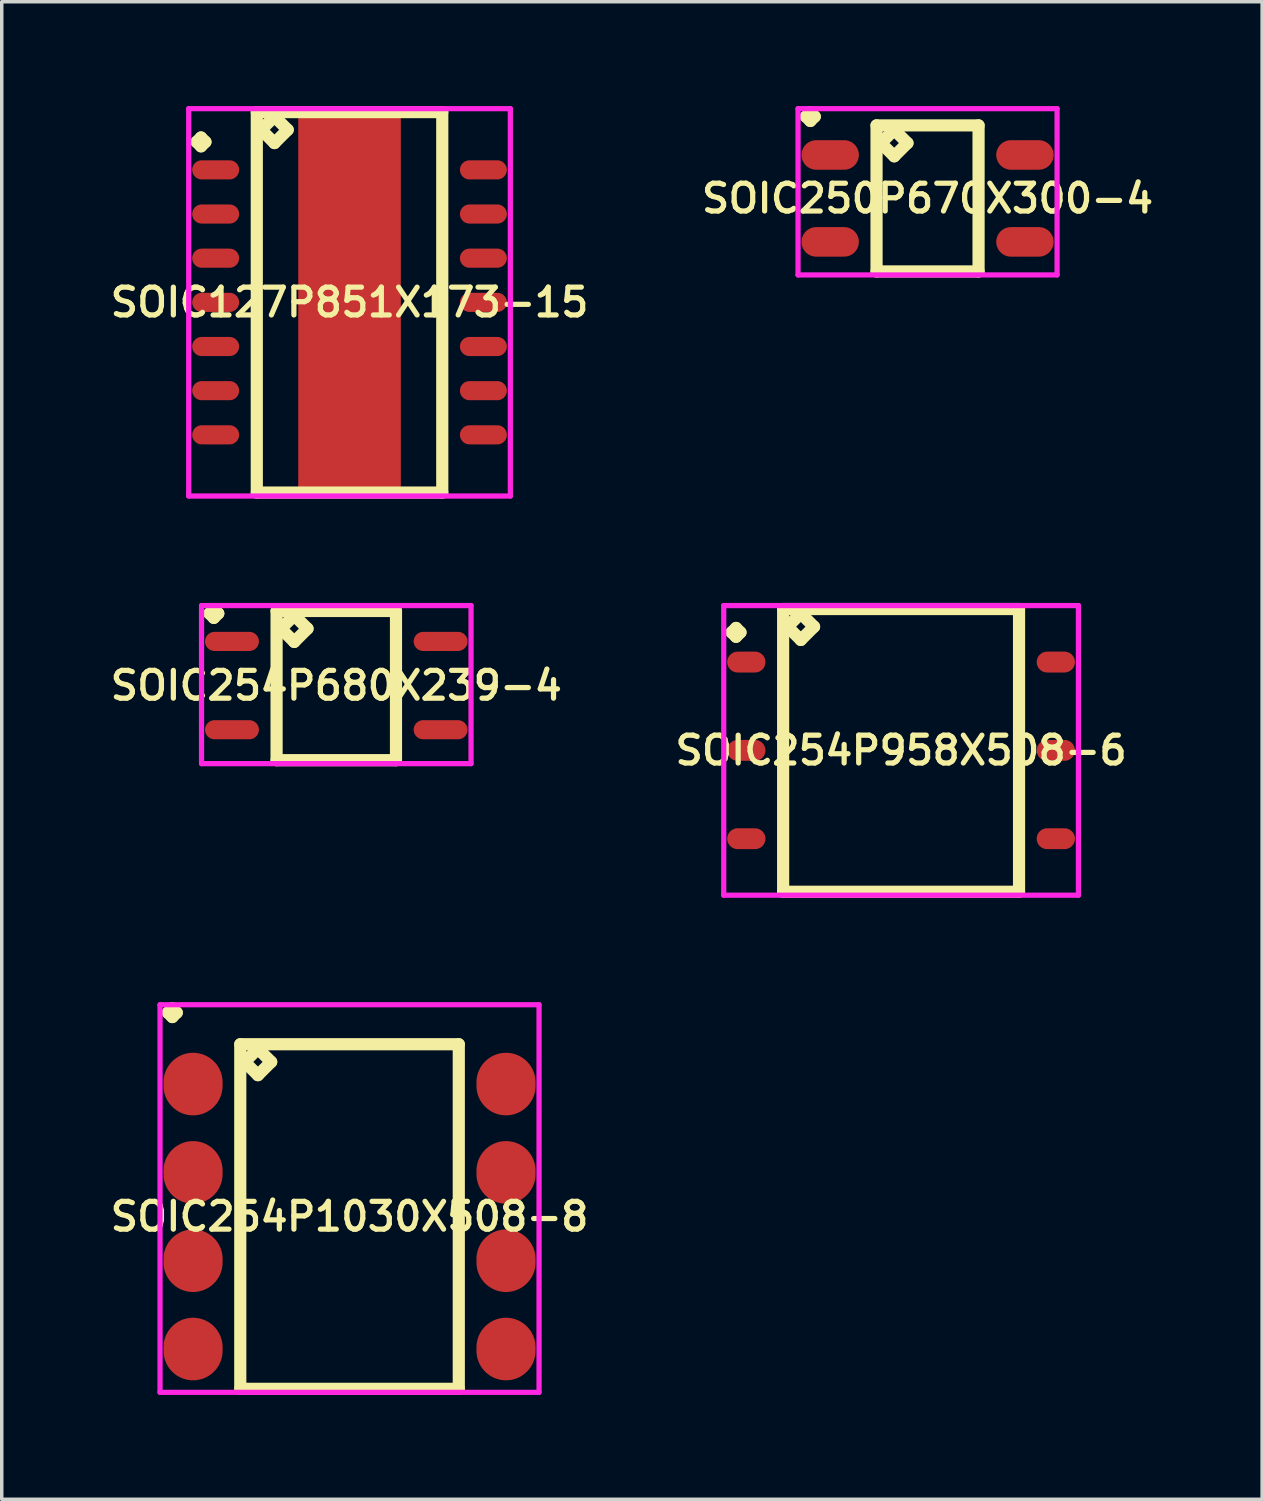
<source format=kicad_pcb>
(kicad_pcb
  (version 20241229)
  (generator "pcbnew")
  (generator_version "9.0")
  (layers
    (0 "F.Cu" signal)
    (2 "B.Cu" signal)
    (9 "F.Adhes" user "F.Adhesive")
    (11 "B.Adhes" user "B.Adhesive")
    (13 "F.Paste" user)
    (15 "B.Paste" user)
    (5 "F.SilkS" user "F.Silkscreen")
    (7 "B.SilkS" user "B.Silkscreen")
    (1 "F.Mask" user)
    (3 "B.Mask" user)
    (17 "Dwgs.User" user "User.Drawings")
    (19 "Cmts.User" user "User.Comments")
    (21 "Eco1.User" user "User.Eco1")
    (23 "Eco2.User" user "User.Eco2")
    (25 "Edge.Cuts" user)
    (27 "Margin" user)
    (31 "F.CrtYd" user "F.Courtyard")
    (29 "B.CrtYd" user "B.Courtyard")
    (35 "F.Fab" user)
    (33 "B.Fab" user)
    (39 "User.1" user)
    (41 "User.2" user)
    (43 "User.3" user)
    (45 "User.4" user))
  (footprint "SOIC254P680X239-4"
    (layer "F.Cu")
    (at 6.621 16.666)
    (property "Reference" "SOIC254P680X239-4" (at 0 0 0) (layer "F.SilkS") (effects (font (size 0.8 0.8) (thickness 0.15))))
    (attr smd)
    (fp_line (start -3.648 -2.074) (end -3.521 -2.201) (stroke (width 0.35) (type solid)) (layer "F.SilkS"))
    (fp_line (start -3.521 -2.201) (end -3.394 -2.074) (stroke (width 0.35) (type solid)) (layer "F.SilkS"))
    (fp_line (start -3.521 -1.947) (end -3.648 -2.074) (stroke (width 0.35) (type solid)) (layer "F.SilkS"))
    (fp_line (start -3.394 -2.074) (end -3.521 -1.947) (stroke (width 0.35) (type solid)) (layer "F.SilkS"))
    (fp_line (start -1.717 -2.145) (end -1.717 2.145) (stroke (width 0.35) (type solid)) (layer "F.SilkS"))
    (fp_line (start -1.717 2.145) (end 1.717 2.145) (stroke (width 0.35) (type solid)) (layer "F.SilkS"))
    (fp_line (start -1.59 -1.637) (end -1.209 -2.018) (stroke (width 0.35) (type solid)) (layer "F.SilkS"))
    (fp_line (start -1.209 -2.018) (end -0.828 -1.637) (stroke (width 0.35) (type solid)) (layer "F.SilkS"))
    (fp_line (start -1.209 -1.256) (end -1.59 -1.637) (stroke (width 0.35) (type solid)) (layer "F.SilkS"))
    (fp_line (start -0.828 -1.637) (end -1.209 -1.256) (stroke (width 0.35) (type solid)) (layer "F.SilkS"))
    (fp_line (start 1.717 -2.145) (end -1.717 -2.145) (stroke (width 0.35) (type solid)) (layer "F.SilkS"))
    (fp_line (start 1.717 2.145) (end 1.717 -2.145) (stroke (width 0.35) (type solid)) (layer "F.SilkS"))
    (fp_line (start -3.875 -2.301) (end 3.875 -2.301) (stroke (width 0.15) (type solid)) (layer "F.CrtYd"))
    (fp_line (start -3.875 2.245) (end -3.875 -2.301) (stroke (width 0.15) (type solid)) (layer "F.CrtYd"))
    (fp_line (start 3.875 -2.301) (end 3.875 2.245) (stroke (width 0.15) (type solid)) (layer "F.CrtYd"))
    (fp_line (start 3.875 2.245) (end -3.875 2.245) (stroke (width 0.15) (type solid)) (layer "F.CrtYd"))
    (pad "1" smd oval (at -3 -1.27) (size 1.55 0.55) (layers "F.Cu" "F.Mask" "F.Paste"))
    (pad "2" smd oval (at -3 1.27) (size 1.55 0.55) (layers "F.Cu" "F.Mask" "F.Paste"))
    (pad "3" smd oval (at 3 1.27) (size 1.55 0.55) (layers "F.Cu" "F.Mask" "F.Paste"))
    (pad "4" smd oval (at 3 -1.27) (size 1.55 0.55) (layers "F.Cu" "F.Mask" "F.Paste")))
  (footprint "SOIC254P1030X508-8"
    (layer "F.Cu")
    (at 7.002 31.936)
    (property "Reference" "SOIC254P1030X508-8" (at 0 0 0) (layer "F.SilkS") (effects (font (size 0.8 0.8) (thickness 0.15))))
    (attr smd)
    (fp_line (start -5.223 -5.864) (end -5.096 -5.991) (stroke (width 0.35) (type solid)) (layer "F.SilkS"))
    (fp_line (start -5.096 -5.991) (end -4.969 -5.864) (stroke (width 0.35) (type solid)) (layer "F.SilkS"))
    (fp_line (start -5.096 -5.737) (end -5.223 -5.864) (stroke (width 0.35) (type solid)) (layer "F.SilkS"))
    (fp_line (start -4.969 -5.864) (end -5.096 -5.737) (stroke (width 0.35) (type solid)) (layer "F.SilkS"))
    (fp_line (start -3.142 -4.955) (end -3.142 4.955) (stroke (width 0.35) (type solid)) (layer "F.SilkS"))
    (fp_line (start -3.142 4.955) (end 3.142 4.955) (stroke (width 0.35) (type solid)) (layer "F.SilkS"))
    (fp_line (start -3.015 -4.447) (end -2.634 -4.828) (stroke (width 0.35) (type solid)) (layer "F.SilkS"))
    (fp_line (start -2.634 -4.828) (end -2.253 -4.447) (stroke (width 0.35) (type solid)) (layer "F.SilkS"))
    (fp_line (start -2.634 -4.066) (end -3.015 -4.447) (stroke (width 0.35) (type solid)) (layer "F.SilkS"))
    (fp_line (start -2.253 -4.447) (end -2.634 -4.066) (stroke (width 0.35) (type solid)) (layer "F.SilkS"))
    (fp_line (start 3.142 -4.955) (end -3.142 -4.955) (stroke (width 0.35) (type solid)) (layer "F.SilkS"))
    (fp_line (start 3.142 4.955) (end 3.142 -4.955) (stroke (width 0.35) (type solid)) (layer "F.SilkS"))
    (fp_line (start -5.45 -6.091) (end 5.45 -6.091) (stroke (width 0.15) (type solid)) (layer "F.CrtYd"))
    (fp_line (start -5.45 5.055) (end -5.45 -6.091) (stroke (width 0.15) (type solid)) (layer "F.CrtYd"))
    (fp_line (start 5.45 -6.091) (end 5.45 5.055) (stroke (width 0.15) (type solid)) (layer "F.CrtYd"))
    (fp_line (start 5.45 5.055) (end -5.45 5.055) (stroke (width 0.15) (type solid)) (layer "F.CrtYd"))
    (pad "1" smd oval (at -4.5 -3.81) (size 1.7 1.8) (layers "F.Cu" "F.Mask" "F.Paste"))
    (pad "2" smd oval (at -4.5 -1.27) (size 1.7 1.8) (layers "F.Cu" "F.Mask" "F.Paste"))
    (pad "3" smd oval (at -4.5 1.27) (size 1.7 1.8) (layers "F.Cu" "F.Mask" "F.Paste"))
    (pad "4" smd oval (at -4.5 3.81) (size 1.7 1.8) (layers "F.Cu" "F.Mask" "F.Paste"))
    (pad "5" smd oval (at 4.5 3.81) (size 1.7 1.8) (layers "F.Cu" "F.Mask" "F.Paste"))
    (pad "6" smd oval (at 4.5 1.27) (size 1.7 1.8) (layers "F.Cu" "F.Mask" "F.Paste"))
    (pad "7" smd oval (at 4.5 -1.27) (size 1.7 1.8) (layers "F.Cu" "F.Mask" "F.Paste"))
    (pad "8" smd oval (at 4.5 -3.81) (size 1.7 1.8) (layers "F.Cu" "F.Mask" "F.Paste")))
  (footprint "SOIC254P958X508-6"
    (layer "F.Cu")
    (at 22.864 18.53)
    (property "Reference" "SOIC254P958X508-6" (at 0 0 0) (layer "F.SilkS") (effects (font (size 0.8 0.8) (thickness 0.15))))
    (attr smd)
    (fp_line (start -4.873 -3.394) (end -4.746 -3.521) (stroke (width 0.35) (type solid)) (layer "F.SilkS"))
    (fp_line (start -4.746 -3.521) (end -4.619 -3.394) (stroke (width 0.35) (type solid)) (layer "F.SilkS"))
    (fp_line (start -4.746 -3.267) (end -4.873 -3.394) (stroke (width 0.35) (type solid)) (layer "F.SilkS"))
    (fp_line (start -4.619 -3.394) (end -4.746 -3.267) (stroke (width 0.35) (type solid)) (layer "F.SilkS"))
    (fp_line (start -3.392 -4.065) (end -3.392 4.065) (stroke (width 0.35) (type solid)) (layer "F.SilkS"))
    (fp_line (start -3.392 4.065) (end 3.392 4.065) (stroke (width 0.35) (type solid)) (layer "F.SilkS"))
    (fp_line (start -3.265 -3.557) (end -2.884 -3.938) (stroke (width 0.35) (type solid)) (layer "F.SilkS"))
    (fp_line (start -2.884 -3.938) (end -2.503 -3.557) (stroke (width 0.35) (type solid)) (layer "F.SilkS"))
    (fp_line (start -2.884 -3.176) (end -3.265 -3.557) (stroke (width 0.35) (type solid)) (layer "F.SilkS"))
    (fp_line (start -2.503 -3.557) (end -2.884 -3.176) (stroke (width 0.35) (type solid)) (layer "F.SilkS"))
    (fp_line (start 3.392 -4.065) (end -3.392 -4.065) (stroke (width 0.35) (type solid)) (layer "F.SilkS"))
    (fp_line (start 3.392 4.065) (end 3.392 -4.065) (stroke (width 0.35) (type solid)) (layer "F.SilkS"))
    (fp_line (start -5.1 -4.165) (end 5.1 -4.165) (stroke (width 0.15) (type solid)) (layer "F.CrtYd"))
    (fp_line (start -5.1 4.165) (end -5.1 -4.165) (stroke (width 0.15) (type solid)) (layer "F.CrtYd"))
    (fp_line (start 5.1 -4.165) (end 5.1 4.165) (stroke (width 0.15) (type solid)) (layer "F.CrtYd"))
    (fp_line (start 5.1 4.165) (end -5.1 4.165) (stroke (width 0.15) (type solid)) (layer "F.CrtYd"))
    (pad "1" smd oval (at -4.45 -2.54) (size 1.1 0.6) (layers "F.Cu" "F.Mask" "F.Paste"))
    (pad "2" smd oval (at -4.45 0) (size 1.1 0.6) (layers "F.Cu" "F.Mask" "F.Paste"))
    (pad "3" smd oval (at -4.45 2.54) (size 1.1 0.6) (layers "F.Cu" "F.Mask" "F.Paste"))
    (pad "4" smd oval (at 4.45 2.54) (size 1.1 0.6) (layers "F.Cu" "F.Mask" "F.Paste"))
    (pad "5" smd oval (at 4.45 0) (size 1.1 0.6) (layers "F.Cu" "F.Mask" "F.Paste"))
    (pad "6" smd oval (at 4.45 -2.54) (size 1.1 0.6) (layers "F.Cu" "F.Mask" "F.Paste")))
  (footprint "SOIC250P670X300-4"
    (layer "F.Cu")
    (at 23.625 2.656)
    (property "Reference" "SOIC250P670X300-4" (at 0 0 0) (layer "F.SilkS") (effects (font (size 0.8 0.8) (thickness 0.15))))
    (attr through_hole)
    (fp_line (start -3.498 -2.354) (end -3.371 -2.481) (stroke (width 0.35) (type solid)) (layer "F.SilkS"))
    (fp_line (start -3.371 -2.481) (end -3.244 -2.354) (stroke (width 0.35) (type solid)) (layer "F.SilkS"))
    (fp_line (start -3.371 -2.227) (end -3.498 -2.354) (stroke (width 0.35) (type solid)) (layer "F.SilkS"))
    (fp_line (start -3.244 -2.354) (end -3.371 -2.227) (stroke (width 0.35) (type solid)) (layer "F.SilkS"))
    (fp_line (start -1.467 -2.1) (end -1.467 2.1) (stroke (width 0.35) (type solid)) (layer "F.SilkS"))
    (fp_line (start -1.467 2.1) (end 1.467 2.1) (stroke (width 0.35) (type solid)) (layer "F.SilkS"))
    (fp_line (start -1.34 -1.592) (end -0.959 -1.973) (stroke (width 0.35) (type solid)) (layer "F.SilkS"))
    (fp_line (start -0.959 -1.973) (end -0.578 -1.592) (stroke (width 0.35) (type solid)) (layer "F.SilkS"))
    (fp_line (start -0.959 -1.211) (end -1.34 -1.592) (stroke (width 0.35) (type solid)) (layer "F.SilkS"))
    (fp_line (start -0.578 -1.592) (end -0.959 -1.211) (stroke (width 0.35) (type solid)) (layer "F.SilkS"))
    (fp_line (start 1.467 -2.1) (end -1.467 -2.1) (stroke (width 0.35) (type solid)) (layer "F.SilkS"))
    (fp_line (start 1.467 2.1) (end 1.467 -2.1) (stroke (width 0.35) (type solid)) (layer "F.SilkS"))
    (fp_line (start -3.725 -2.581) (end 3.725 -2.581) (stroke (width 0.15) (type solid)) (layer "F.CrtYd"))
    (fp_line (start -3.725 2.2) (end -3.725 -2.581) (stroke (width 0.15) (type solid)) (layer "F.CrtYd"))
    (fp_line (start 3.725 -2.581) (end 3.725 2.2) (stroke (width 0.15) (type solid)) (layer "F.CrtYd"))
    (fp_line (start 3.725 2.2) (end -3.725 2.2) (stroke (width 0.15) (type solid)) (layer "F.CrtYd"))
    (pad "1" smd oval (at -2.8 -1.25) (size 1.65 0.85) (layers "F.Cu" "F.Mask" "F.Paste"))
    (pad "2" smd oval (at -2.8 1.25) (size 1.65 0.85) (layers "F.Cu" "F.Mask" "F.Paste"))
    (pad "3" smd oval (at 2.8 1.25) (size 1.65 0.85) (layers "F.Cu" "F.Mask" "F.Paste"))
    (pad "4" smd oval (at 2.8 -1.25) (size 1.65 0.85) (layers "F.Cu" "F.Mask" "F.Paste")))
  (footprint "SOIC127P851X173-15"
    (layer "F.Cu")
    (at 7.002 5.645)
    (property "Reference" "SOIC127P851X173-15" (at 0 0 0) (layer "F.SilkS") (effects (font (size 0.8 0.8) (thickness 0.15))))
    (attr smd)
    (fp_line (start -4.398 -4.614) (end -4.271 -4.741) (stroke (width 0.35) (type solid)) (layer "F.SilkS"))
    (fp_line (start -4.271 -4.741) (end -4.144 -4.614) (stroke (width 0.35) (type solid)) (layer "F.SilkS"))
    (fp_line (start -4.271 -4.487) (end -4.398 -4.614) (stroke (width 0.35) (type solid)) (layer "F.SilkS"))
    (fp_line (start -4.144 -4.614) (end -4.271 -4.487) (stroke (width 0.35) (type solid)) (layer "F.SilkS"))
    (fp_line (start -2.667 -5.47) (end -2.667 5.47) (stroke (width 0.35) (type solid)) (layer "F.SilkS"))
    (fp_line (start -2.667 5.47) (end 2.667 5.47) (stroke (width 0.35) (type solid)) (layer "F.SilkS"))
    (fp_line (start -2.54 -4.962) (end -2.159 -5.343) (stroke (width 0.35) (type solid)) (layer "F.SilkS"))
    (fp_line (start -2.159 -5.343) (end -1.778 -4.962) (stroke (width 0.35) (type solid)) (layer "F.SilkS"))
    (fp_line (start -2.159 -4.581) (end -2.54 -4.962) (stroke (width 0.35) (type solid)) (layer "F.SilkS"))
    (fp_line (start -1.778 -4.962) (end -2.159 -4.581) (stroke (width 0.35) (type solid)) (layer "F.SilkS"))
    (fp_line (start 2.667 -5.47) (end -2.667 -5.47) (stroke (width 0.35) (type solid)) (layer "F.SilkS"))
    (fp_line (start 2.667 5.47) (end 2.667 -5.47) (stroke (width 0.35) (type solid)) (layer "F.SilkS"))
    (fp_line (start -4.625 -5.57) (end 4.625 -5.57) (stroke (width 0.15) (type solid)) (layer "F.CrtYd"))
    (fp_line (start -4.625 5.57) (end -4.625 -5.57) (stroke (width 0.15) (type solid)) (layer "F.CrtYd"))
    (fp_line (start 4.625 -5.57) (end 4.625 5.57) (stroke (width 0.15) (type solid)) (layer "F.CrtYd"))
    (fp_line (start 4.625 5.57) (end -4.625 5.57) (stroke (width 0.15) (type solid)) (layer "F.CrtYd"))
    (pad "1" smd oval (at -3.85 -3.81) (size 1.35 0.55) (layers "F.Cu" "F.Mask" "F.Paste"))
    (pad "2" smd oval (at -3.85 -2.54) (size 1.35 0.55) (layers "F.Cu" "F.Mask" "F.Paste"))
    (pad "3" smd oval (at -3.85 -1.27) (size 1.35 0.55) (layers "F.Cu" "F.Mask" "F.Paste"))
    (pad "4" smd oval (at -3.85 0) (size 1.35 0.55) (layers "F.Cu" "F.Mask" "F.Paste"))
    (pad "5" smd oval (at -3.85 1.27) (size 1.35 0.55) (layers "F.Cu" "F.Mask" "F.Paste"))
    (pad "6" smd oval (at -3.85 2.54) (size 1.35 0.55) (layers "F.Cu" "F.Mask" "F.Paste"))
    (pad "7" smd oval (at -3.85 3.81) (size 1.35 0.55) (layers "F.Cu" "F.Mask" "F.Paste"))
    (pad "8" smd oval (at 3.85 3.81) (size 1.35 0.55) (layers "F.Cu" "F.Mask" "F.Paste"))
    (pad "9" smd oval (at 3.85 2.54) (size 1.35 0.55) (layers "F.Cu" "F.Mask" "F.Paste"))
    (pad "10" smd oval (at 3.85 1.27) (size 1.35 0.55) (layers "F.Cu" "F.Mask" "F.Paste"))
    (pad "11" smd oval (at 3.85 0) (size 1.35 0.55) (layers "F.Cu" "F.Mask" "F.Paste"))
    (pad "12" smd oval (at 3.85 -1.27) (size 1.35 0.55) (layers "F.Cu" "F.Mask" "F.Paste"))
    (pad "13" smd oval (at 3.85 -2.54) (size 1.35 0.55) (layers "F.Cu" "F.Mask" "F.Paste"))
    (pad "14" smd oval (at 3.85 -3.81) (size 1.35 0.55) (layers "F.Cu" "F.Mask" "F.Paste"))
    (pad "15" smd rect (at 0 0) (size 2.95 10.9) (layers "F.Cu" "F.Mask" "F.Paste")))
  (gr_rect
    (start -3 -3)
    (end 33.247 40.066)
    (stroke (width 0.1) (type default))
    (fill no)
    (layer "Edge.Cuts")))
</source>
